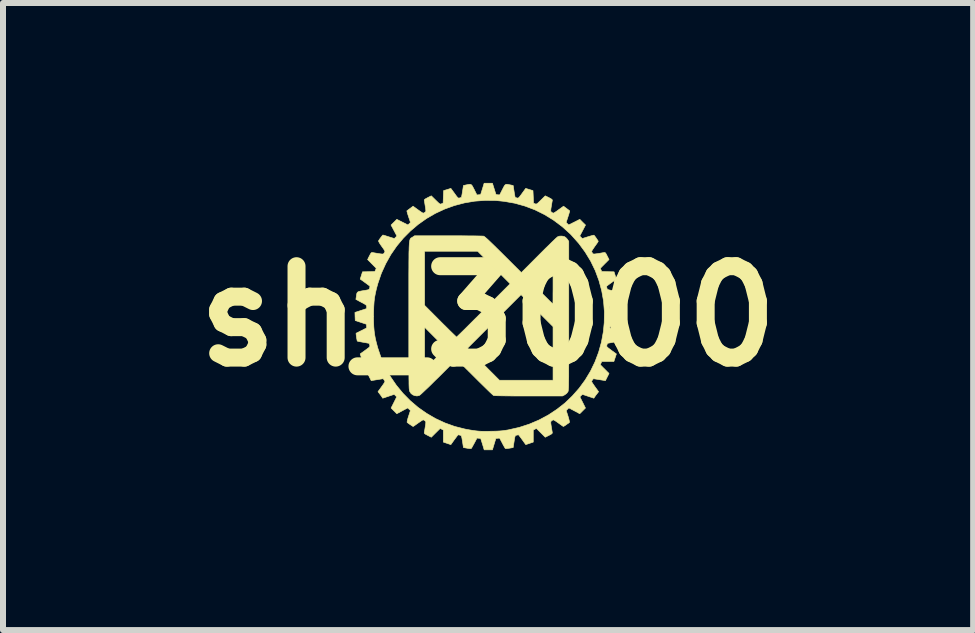
<source format=kicad_pcb>
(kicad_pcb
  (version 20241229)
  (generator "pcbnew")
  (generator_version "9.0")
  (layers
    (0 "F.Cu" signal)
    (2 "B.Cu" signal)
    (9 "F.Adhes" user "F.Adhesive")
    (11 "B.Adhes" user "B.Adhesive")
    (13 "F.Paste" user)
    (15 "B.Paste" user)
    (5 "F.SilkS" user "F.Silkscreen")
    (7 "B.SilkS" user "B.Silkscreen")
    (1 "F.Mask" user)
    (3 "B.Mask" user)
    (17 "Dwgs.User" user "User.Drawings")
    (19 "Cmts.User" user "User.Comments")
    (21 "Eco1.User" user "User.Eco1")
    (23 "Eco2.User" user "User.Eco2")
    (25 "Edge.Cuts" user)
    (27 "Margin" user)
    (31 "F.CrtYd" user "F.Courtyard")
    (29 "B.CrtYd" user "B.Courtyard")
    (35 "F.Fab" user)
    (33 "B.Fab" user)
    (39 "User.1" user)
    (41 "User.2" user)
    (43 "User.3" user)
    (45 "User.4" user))
  (footprint "sh_3000"
    (layer "F.Cu")
    (at 5.087 2.223)
    (property "Reference" "sh_3000" (at 0 0 0) (layer "F.SilkS") (effects (font (size 1.524 1.524) (thickness 0.3))))
    (attr through_hole)
    (fp_poly (pts (xy -0.564 -1.342) (xy -0.472 -1.342) (xy -0.385 -1.341) (xy -0.307 -1.34) (xy -0.237 -1.34) (xy -0.177 -1.339) (xy -0.129 -1.338) (xy -0.095 -1.337) (xy -0.075 -1.336) (xy -0.072 -1.335) (xy -0.06 -1.328) (xy -0.038 -1.31) (xy -0.006 -1.282) (xy 0.036 -1.242) (xy 0.089 -1.191) (xy 0.153 -1.128) (xy 0.228 -1.054) (xy 0.254 -1.028) (xy 0.555 -0.728) (xy 0.847 -1.021) (xy 0.905 -1.079) (xy 0.961 -1.135) (xy 1.013 -1.185) (xy 1.058 -1.23) (xy 1.097 -1.267) (xy 1.128 -1.297) (xy 1.15 -1.316) (xy 1.161 -1.325) (xy 1.162 -1.326) (xy 1.194 -1.336) (xy 1.233 -1.337) (xy 1.269 -1.329) (xy 1.279 -1.325) (xy 1.299 -1.31) (xy 1.32 -1.287) (xy 1.325 -1.281) (xy 1.346 -1.249) (xy 1.346 -0.008) (xy 1.346 0.161) (xy 1.346 0.314) (xy 1.346 0.452) (xy 1.346 0.576) (xy 1.346 0.686) (xy 1.346 0.783) (xy 1.345 0.868) (xy 1.345 0.942) (xy 1.345 1.006) (xy 1.344 1.06) (xy 1.343 1.106) (xy 1.343 1.143) (xy 1.342 1.174) (xy 1.341 1.198) (xy 1.339 1.217) (xy 1.338 1.232) (xy 1.337 1.243) (xy 1.335 1.251) (xy 1.333 1.256) (xy 1.331 1.261) (xy 1.33 1.261) (xy 1.31 1.287) (xy 1.281 1.308) (xy 1.278 1.31) (xy 1.242 1.329) (xy 0.675 1.329) (xy 0.549 1.329) (xy 0.44 1.329) (xy 0.346 1.328) (xy 0.268 1.327) (xy 0.205 1.326) (xy 0.156 1.325) (xy 0.121 1.324) (xy 0.099 1.322) (xy 0.09 1.32) (xy 0.081 1.312) (xy 0.061 1.294) (xy 0.031 1.266) (xy -0.007 1.229) (xy -0.052 1.185) (xy -0.103 1.135) (xy -0.158 1.081) (xy -0.217 1.022) (xy -0.226 1.013) (xy -0.525 0.716) (xy -0.823 1.014) (xy -0.883 1.072) (xy -0.939 1.128) (xy -0.991 1.179) (xy -1.038 1.223) (xy -1.078 1.261) (xy -1.11 1.291) (xy -1.133 1.311) (xy -1.145 1.32) (xy -1.146 1.32) (xy -1.184 1.329) (xy -1.223 1.323) (xy -1.251 1.312) (xy -1.283 1.289) (xy -1.303 1.258) (xy -1.306 1.253) (xy -1.308 1.248) (xy -1.31 1.241) (xy -1.312 1.232) (xy -1.313 1.22) (xy -1.315 1.204) (xy -1.316 1.184) (xy -1.317 1.158) (xy -1.318 1.126) (xy -1.318 1.087) (xy -1.319 1.04) (xy -1.319 0.984) (xy -1.32 0.919) (xy -1.32 0.885) (xy -1.058 0.885) (xy -0.707 0.533) (xy -0.707 0.533) (xy -0.343 0.533) (xy 0.19 1.067) (xy 1.084 1.067) (xy 1.084 0.173) (xy 0.55 -0.36) (xy -0.343 0.533) (xy -0.707 0.533) (xy -0.883 0.358) (xy -1.058 0.182) (xy -1.058 0.885) (xy -1.32 0.885) (xy -1.32 0.843) (xy -1.32 0.756) (xy -1.321 0.656) (xy -1.321 0.544) (xy -1.321 0.418) (xy -1.321 0.277) (xy -1.321 0.121) (xy -1.321 -0.008) (xy -1.321 -0.179) (xy -1.321 -0.335) (xy -1.321 -0.475) (xy -1.321 -0.601) (xy -1.321 -0.713) (xy -1.32 -0.812) (xy -1.32 -0.899) (xy -1.319 -0.975) (xy -1.319 -1.041) (xy -1.318 -1.084) (xy -1.058 -1.084) (xy -1.058 -0.182) (xy -0.794 0.083) (xy -0.739 0.138) (xy -0.687 0.189) (xy -0.641 0.235) (xy -0.6 0.275) (xy -0.567 0.307) (xy -0.543 0.33) (xy -0.529 0.344) (xy -0.525 0.347) (xy -0.518 0.341) (xy -0.501 0.324) (xy -0.473 0.297) (xy -0.436 0.261) (xy -0.391 0.217) (xy -0.339 0.165) (xy -0.281 0.107) (xy -0.217 0.043) (xy -0.148 -0.025) (xy -0.077 -0.097) (xy -0.076 -0.097) (xy 0.368 -0.542) (xy 0.364 -0.546) (xy 0.737 -0.546) (xy 0.908 -0.375) (xy 0.952 -0.331) (xy 0.992 -0.291) (xy 1.026 -0.257) (xy 1.054 -0.23) (xy 1.072 -0.212) (xy 1.081 -0.203) (xy 1.082 -0.203) (xy 1.082 -0.211) (xy 1.082 -0.235) (xy 1.083 -0.271) (xy 1.083 -0.32) (xy 1.083 -0.378) (xy 1.084 -0.444) (xy 1.084 -0.517) (xy 1.084 -0.548) (xy 1.084 -0.893) (xy 0.91 -0.72) (xy 0.737 -0.546) (xy 0.364 -0.546) (xy 0.097 -0.813) (xy -0.173 -1.084) (xy -1.058 -1.084) (xy -1.318 -1.084) (xy -1.317 -1.097) (xy -1.316 -1.144) (xy -1.314 -1.183) (xy -1.312 -1.215) (xy -1.309 -1.24) (xy -1.306 -1.261) (xy -1.302 -1.276) (xy -1.298 -1.287) (xy -1.293 -1.296) (xy -1.288 -1.302) (xy -1.281 -1.306) (xy -1.274 -1.31) (xy -1.267 -1.315) (xy -1.259 -1.319) (xy -1.225 -1.342) (xy -0.661 -1.342) (xy -0.564 -1.342)) (stroke (width 0.01) (type solid)) (fill yes) (layer "F.SilkS"))
    (fp_poly (pts (xy 0.133 -2.028) (xy 0.194 -2.023) (xy 0.239 -2.112) (xy 0.259 -2.151) (xy 0.274 -2.178) (xy 0.288 -2.193) (xy 0.304 -2.2) (xy 0.325 -2.199) (xy 0.356 -2.193) (xy 0.372 -2.19) (xy 0.419 -2.18) (xy 0.434 -2.083) (xy 0.44 -2.045) (xy 0.446 -2.013) (xy 0.45 -1.992) (xy 0.452 -1.984) (xy 0.461 -1.979) (xy 0.48 -1.973) (xy 0.481 -1.973) (xy 0.493 -1.97) (xy 0.502 -1.971) (xy 0.512 -1.978) (xy 0.525 -1.992) (xy 0.543 -2.015) (xy 0.568 -2.049) (xy 0.628 -2.132) (xy 0.689 -2.113) (xy 0.749 -2.095) (xy 0.754 -1.991) (xy 0.758 -1.886) (xy 0.783 -1.876) (xy 0.794 -1.871) (xy 0.804 -1.871) (xy 0.815 -1.876) (xy 0.83 -1.887) (xy 0.852 -1.908) (xy 0.881 -1.936) (xy 0.954 -2.008) (xy 1.015 -1.978) (xy 1.045 -1.962) (xy 1.063 -1.95) (xy 1.071 -1.94) (xy 1.072 -1.93) (xy 1.071 -1.928) (xy 1.068 -1.912) (xy 1.063 -1.883) (xy 1.057 -1.848) (xy 1.054 -1.829) (xy 1.048 -1.792) (xy 1.046 -1.767) (xy 1.046 -1.753) (xy 1.05 -1.744) (xy 1.057 -1.737) (xy 1.061 -1.734) (xy 1.078 -1.723) (xy 1.089 -1.719) (xy 1.099 -1.724) (xy 1.12 -1.736) (xy 1.148 -1.755) (xy 1.178 -1.777) (xy 1.259 -1.835) (xy 1.308 -1.798) (xy 1.332 -1.78) (xy 1.351 -1.765) (xy 1.361 -1.758) (xy 1.361 -1.758) (xy 1.36 -1.748) (xy 1.354 -1.727) (xy 1.345 -1.695) (xy 1.333 -1.659) (xy 1.302 -1.564) (xy 1.344 -1.523) (xy 1.437 -1.569) (xy 1.53 -1.616) (xy 1.577 -1.568) (xy 1.625 -1.521) (xy 1.577 -1.429) (xy 1.529 -1.338) (xy 1.55 -1.317) (xy 1.571 -1.296) (xy 1.667 -1.326) (xy 1.704 -1.337) (xy 1.736 -1.346) (xy 1.758 -1.351) (xy 1.766 -1.352) (xy 1.777 -1.339) (xy 1.793 -1.319) (xy 1.809 -1.295) (xy 1.824 -1.273) (xy 1.835 -1.256) (xy 1.837 -1.251) (xy 1.833 -1.241) (xy 1.82 -1.221) (xy 1.801 -1.194) (xy 1.782 -1.168) (xy 1.76 -1.136) (xy 1.742 -1.109) (xy 1.731 -1.09) (xy 1.727 -1.082) (xy 1.732 -1.068) (xy 1.742 -1.052) (xy 1.747 -1.045) (xy 1.753 -1.041) (xy 1.761 -1.038) (xy 1.773 -1.038) (xy 1.793 -1.04) (xy 1.823 -1.044) (xy 1.863 -1.05) (xy 1.918 -1.06) (xy 1.933 -1.062) (xy 1.945 -1.063) (xy 1.955 -1.059) (xy 1.965 -1.046) (xy 1.978 -1.023) (xy 1.986 -1.006) (xy 2.017 -0.946) (xy 1.944 -0.873) (xy 1.872 -0.8) (xy 1.884 -0.773) (xy 1.895 -0.746) (xy 1.998 -0.743) (xy 2.101 -0.741) (xy 2.12 -0.68) (xy 2.14 -0.62) (xy 2.061 -0.563) (xy 2.029 -0.54) (xy 2.003 -0.521) (xy 1.985 -0.507) (xy 1.978 -0.501) (xy 1.978 -0.49) (xy 1.982 -0.47) (xy 1.982 -0.469) (xy 1.986 -0.458) (xy 1.991 -0.45) (xy 2.002 -0.444) (xy 2.02 -0.439) (xy 2.049 -0.433) (xy 2.088 -0.427) (xy 2.132 -0.42) (xy 2.161 -0.413) (xy 2.18 -0.405) (xy 2.191 -0.393) (xy 2.198 -0.373) (xy 2.203 -0.343) (xy 2.205 -0.323) (xy 2.211 -0.281) (xy 2.122 -0.233) (xy 2.084 -0.213) (xy 2.058 -0.198) (xy 2.043 -0.187) (xy 2.035 -0.177) (xy 2.032 -0.167) (xy 2.032 -0.157) (xy 2.032 -0.128) (xy 2.227 -0.064) (xy 2.223 0.071) (xy 2.129 0.102) (xy 2.036 0.133) (xy 2.034 0.163) (xy 2.031 0.194) (xy 2.118 0.238) (xy 2.153 0.255) (xy 2.182 0.27) (xy 2.201 0.28) (xy 2.208 0.284) (xy 2.209 0.293) (xy 2.207 0.314) (xy 2.203 0.341) (xy 2.198 0.369) (xy 2.194 0.394) (xy 2.19 0.41) (xy 2.188 0.414) (xy 2.179 0.416) (xy 2.156 0.421) (xy 2.124 0.427) (xy 2.089 0.434) (xy 2.052 0.44) (xy 2.02 0.446) (xy 1.999 0.45) (xy 1.992 0.452) (xy 1.988 0.461) (xy 1.982 0.48) (xy 1.982 0.481) (xy 1.979 0.493) (xy 1.98 0.502) (xy 1.986 0.512) (xy 2 0.525) (xy 2.024 0.543) (xy 2.057 0.568) (xy 2.14 0.628) (xy 2.119 0.691) (xy 2.098 0.754) (xy 1.896 0.754) (xy 1.884 0.781) (xy 1.872 0.809) (xy 2.017 0.954) (xy 1.987 1.013) (xy 1.957 1.073) (xy 1.857 1.057) (xy 1.757 1.041) (xy 1.742 1.06) (xy 1.731 1.077) (xy 1.727 1.089) (xy 1.732 1.099) (xy 1.745 1.12) (xy 1.764 1.148) (xy 1.785 1.178) (xy 1.843 1.258) (xy 1.817 1.292) (xy 1.798 1.316) (xy 1.782 1.339) (xy 1.777 1.346) (xy 1.764 1.366) (xy 1.573 1.302) (xy 1.552 1.323) (xy 1.531 1.344) (xy 1.578 1.437) (xy 1.624 1.53) (xy 1.529 1.625) (xy 1.438 1.576) (xy 1.347 1.528) (xy 1.325 1.55) (xy 1.303 1.572) (xy 1.334 1.667) (xy 1.345 1.705) (xy 1.353 1.737) (xy 1.358 1.759) (xy 1.358 1.769) (xy 1.342 1.782) (xy 1.319 1.797) (xy 1.296 1.814) (xy 1.274 1.828) (xy 1.26 1.836) (xy 1.257 1.837) (xy 1.248 1.833) (xy 1.229 1.82) (xy 1.202 1.801) (xy 1.176 1.782) (xy 1.145 1.76) (xy 1.118 1.742) (xy 1.098 1.731) (xy 1.09 1.727) (xy 1.076 1.732) (xy 1.061 1.742) (xy 1.052 1.75) (xy 1.047 1.758) (xy 1.046 1.77) (xy 1.047 1.79) (xy 1.052 1.823) (xy 1.054 1.837) (xy 1.06 1.874) (xy 1.066 1.907) (xy 1.07 1.93) (xy 1.071 1.937) (xy 1.071 1.947) (xy 1.065 1.957) (xy 1.049 1.968) (xy 1.021 1.983) (xy 1.015 1.986) (xy 0.954 2.017) (xy 0.88 1.943) (xy 0.807 1.87) (xy 0.754 1.897) (xy 0.754 2.098) (xy 0.629 2.14) (xy 0.572 2.061) (xy 0.549 2.029) (xy 0.529 2.003) (xy 0.516 1.985) (xy 0.509 1.978) (xy 0.498 1.978) (xy 0.478 1.982) (xy 0.477 1.982) (xy 0.468 1.985) (xy 0.46 1.988) (xy 0.455 1.994) (xy 0.45 2.005) (xy 0.445 2.023) (xy 0.44 2.052) (xy 0.434 2.092) (xy 0.425 2.146) (xy 0.419 2.189) (xy 0.356 2.2) (xy 0.325 2.204) (xy 0.301 2.206) (xy 0.288 2.204) (xy 0.288 2.204) (xy 0.281 2.194) (xy 0.269 2.173) (xy 0.252 2.143) (xy 0.237 2.114) (xy 0.193 2.031) (xy 0.162 2.034) (xy 0.131 2.036) (xy 0.102 2.131) (xy 0.073 2.227) (xy -0.064 2.227) (xy -0.093 2.131) (xy -0.123 2.036) (xy -0.154 2.034) (xy -0.184 2.031) (xy -0.228 2.114) (xy -0.247 2.148) (xy -0.263 2.177) (xy -0.274 2.197) (xy -0.279 2.204) (xy -0.29 2.206) (xy -0.313 2.205) (xy -0.343 2.201) (xy -0.348 2.2) (xy -0.41 2.189) (xy -0.417 2.146) (xy -0.425 2.092) (xy -0.432 2.051) (xy -0.437 2.023) (xy -0.442 2.005) (xy -0.446 1.994) (xy -0.452 1.988) (xy -0.459 1.985) (xy -0.469 1.982) (xy -0.489 1.978) (xy -0.501 1.978) (xy -0.501 1.978) (xy -0.508 1.986) (xy -0.522 2.005) (xy -0.542 2.032) (xy -0.564 2.061) (xy -0.62 2.14) (xy -0.683 2.119) (xy -0.745 2.098) (xy -0.745 1.897) (xy -0.772 1.883) (xy -0.798 1.87) (xy -0.872 1.943) (xy -0.946 2.017) (xy -1.006 1.986) (xy -1.037 1.97) (xy -1.055 1.958) (xy -1.062 1.949) (xy -1.063 1.938) (xy -1.063 1.937) (xy -1.06 1.92) (xy -1.055 1.892) (xy -1.049 1.856) (xy -1.046 1.837) (xy -1.04 1.8) (xy -1.038 1.776) (xy -1.038 1.761) (xy -1.042 1.752) (xy -1.049 1.745) (xy -1.052 1.742) (xy -1.07 1.731) (xy -1.082 1.727) (xy -1.093 1.732) (xy -1.114 1.745) (xy -1.142 1.764) (xy -1.168 1.782) (xy -1.199 1.804) (xy -1.224 1.822) (xy -1.242 1.834) (xy -1.249 1.837) (xy -1.258 1.833) (xy -1.276 1.821) (xy -1.299 1.806) (xy -1.323 1.789) (xy -1.342 1.775) (xy -1.349 1.769) (xy -1.349 1.759) (xy -1.345 1.736) (xy -1.337 1.705) (xy -1.325 1.667) (xy -1.294 1.572) (xy -1.316 1.55) (xy -1.339 1.528) (xy -1.43 1.576) (xy -1.521 1.625) (xy -1.616 1.53) (xy -1.569 1.437) (xy -1.523 1.344) (xy -1.544 1.323) (xy -1.564 1.302) (xy -1.756 1.366) (xy -1.769 1.346) (xy -1.782 1.327) (xy -1.8 1.303) (xy -1.808 1.292) (xy -1.835 1.258) (xy -1.777 1.178) (xy -1.754 1.146) (xy -1.735 1.118) (xy -1.723 1.098) (xy -1.719 1.089) (xy -1.724 1.076) (xy -1.734 1.06) (xy -1.749 1.041) (xy -1.849 1.057) (xy -1.948 1.073) (xy -1.978 1.013) (xy -2.008 0.954) (xy -1.864 0.809) (xy -1.875 0.781) (xy -1.887 0.754) (xy -2.09 0.754) (xy -2.111 0.691) (xy -2.132 0.628) (xy -2.049 0.568) (xy -2.014 0.542) (xy -1.991 0.525) (xy -1.977 0.512) (xy -1.971 0.502) (xy -1.97 0.492) (xy -1.973 0.481) (xy -1.979 0.462) (xy -1.983 0.452) (xy -1.983 0.452) (xy -1.992 0.45) (xy -2.014 0.446) (xy -2.046 0.44) (xy -2.081 0.434) (xy -2.119 0.427) (xy -2.151 0.421) (xy -2.172 0.416) (xy -2.18 0.414) (xy -2.183 0.404) (xy -2.187 0.383) (xy -2.192 0.356) (xy -2.196 0.327) (xy -2.199 0.303) (xy -2.2 0.287) (xy -2.2 0.284) (xy -2.192 0.279) (xy -2.171 0.269) (xy -2.142 0.254) (xy -2.11 0.238) (xy -2.023 0.194) (xy -2.025 0.163) (xy -2.028 0.133) (xy -2.121 0.102) (xy -2.214 0.071) (xy -2.217 0) (xy -1.909 0) (xy -1.908 0.092) (xy -1.905 0.172) (xy -1.899 0.243) (xy -1.89 0.31) (xy -1.878 0.376) (xy -1.861 0.445) (xy -1.84 0.523) (xy -1.84 0.524) (xy -1.783 0.693) (xy -1.712 0.854) (xy -1.627 1.007) (xy -1.529 1.15) (xy -1.419 1.284) (xy -1.298 1.407) (xy -1.167 1.519) (xy -1.026 1.618) (xy -0.877 1.705) (xy -0.72 1.778) (xy -0.556 1.837) (xy -0.386 1.88) (xy -0.301 1.896) (xy -0.249 1.904) (xy -0.207 1.91) (xy -0.169 1.914) (xy -0.133 1.917) (xy -0.094 1.918) (xy -0.048 1.919) (xy 0.007 1.918) (xy 0.059 1.917) (xy 0.129 1.916) (xy 0.188 1.913) (xy 0.239 1.909) (xy 0.289 1.902) (xy 0.341 1.894) (xy 0.343 1.893) (xy 0.52 1.853) (xy 0.689 1.798) (xy 0.851 1.729) (xy 1.004 1.647) (xy 1.148 1.552) (xy 1.283 1.446) (xy 1.406 1.328) (xy 1.519 1.2) (xy 1.62 1.062) (xy 1.708 0.916) (xy 1.783 0.761) (xy 1.844 0.599) (xy 1.891 0.43) (xy 1.923 0.255) (xy 1.937 0.107) (xy 1.94 -0.074) (xy 1.926 -0.252) (xy 1.895 -0.426) (xy 1.849 -0.596) (xy 1.788 -0.761) (xy 1.711 -0.92) (xy 1.619 -1.071) (xy 1.513 -1.215) (xy 1.392 -1.351) (xy 1.372 -1.372) (xy 1.237 -1.494) (xy 1.093 -1.602) (xy 0.942 -1.695) (xy 0.783 -1.774) (xy 0.617 -1.837) (xy 0.445 -1.885) (xy 0.268 -1.916) (xy 0.13 -1.93) (xy -0.048 -1.932) (xy -0.223 -1.919) (xy -0.394 -1.89) (xy -0.561 -1.846) (xy -0.722 -1.788) (xy -0.877 -1.716) (xy -1.024 -1.631) (xy -1.163 -1.533) (xy -1.293 -1.423) (xy -1.413 -1.302) (xy -1.523 -1.17) (xy -1.621 -1.028) (xy -1.706 -0.876) (xy -1.779 -0.716) (xy -1.837 -0.547) (xy -1.837 -0.546) (xy -1.86 -0.463) (xy -1.877 -0.388) (xy -1.891 -0.316) (xy -1.9 -0.242) (xy -1.905 -0.163) (xy -1.908 -0.075) (xy -1.909 0) (xy -2.217 0) (xy -2.219 -0.064) (xy -2.024 -0.128) (xy -2.024 -0.157) (xy -2.024 -0.169) (xy -2.028 -0.179) (xy -2.037 -0.189) (xy -2.054 -0.201) (xy -2.082 -0.217) (xy -2.113 -0.233) (xy -2.203 -0.281) (xy -2.197 -0.323) (xy -2.192 -0.359) (xy -2.187 -0.383) (xy -2.178 -0.399) (xy -2.164 -0.409) (xy -2.14 -0.416) (xy -2.105 -0.423) (xy -2.08 -0.427) (xy -2.038 -0.434) (xy -2.01 -0.439) (xy -1.992 -0.444) (xy -1.982 -0.45) (xy -1.977 -0.458) (xy -1.974 -0.469) (xy -1.97 -0.489) (xy -1.97 -0.501) (xy -1.97 -0.501) (xy -1.978 -0.508) (xy -1.996 -0.522) (xy -2.023 -0.542) (xy -2.052 -0.563) (xy -2.131 -0.62) (xy -2.112 -0.68) (xy -2.093 -0.741) (xy -1.99 -0.743) (xy -1.887 -0.746) (xy -1.875 -0.773) (xy -1.864 -0.8) (xy -1.936 -0.873) (xy -2.008 -0.946) (xy -1.978 -1.006) (xy -1.962 -1.036) (xy -1.951 -1.054) (xy -1.941 -1.062) (xy -1.931 -1.063) (xy -1.924 -1.062) (xy -1.866 -1.052) (xy -1.822 -1.045) (xy -1.79 -1.04) (xy -1.769 -1.038) (xy -1.755 -1.038) (xy -1.746 -1.04) (xy -1.74 -1.044) (xy -1.735 -1.05) (xy -1.734 -1.052) (xy -1.723 -1.07) (xy -1.719 -1.082) (xy -1.724 -1.093) (xy -1.736 -1.114) (xy -1.755 -1.142) (xy -1.775 -1.169) (xy -1.798 -1.202) (xy -1.815 -1.23) (xy -1.825 -1.25) (xy -1.826 -1.257) (xy -1.818 -1.27) (xy -1.805 -1.29) (xy -1.788 -1.313) (xy -1.772 -1.334) (xy -1.759 -1.349) (xy -1.753 -1.355) (xy -1.743 -1.352) (xy -1.721 -1.346) (xy -1.69 -1.336) (xy -1.655 -1.325) (xy -1.562 -1.296) (xy -1.541 -1.317) (xy -1.52 -1.338) (xy -1.568 -1.429) (xy -1.617 -1.521) (xy -1.569 -1.568) (xy -1.521 -1.616) (xy -1.428 -1.569) (xy -1.335 -1.523) (xy -1.293 -1.564) (xy -1.325 -1.659) (xy -1.337 -1.696) (xy -1.346 -1.727) (xy -1.352 -1.749) (xy -1.353 -1.758) (xy -1.344 -1.764) (xy -1.326 -1.778) (xy -1.302 -1.796) (xy -1.299 -1.798) (xy -1.25 -1.835) (xy -1.17 -1.777) (xy -1.138 -1.754) (xy -1.11 -1.735) (xy -1.09 -1.723) (xy -1.081 -1.719) (xy -1.067 -1.724) (xy -1.052 -1.734) (xy -1.043 -1.741) (xy -1.038 -1.749) (xy -1.037 -1.761) (xy -1.039 -1.781) (xy -1.043 -1.813) (xy -1.046 -1.829) (xy -1.052 -1.866) (xy -1.057 -1.898) (xy -1.061 -1.922) (xy -1.063 -1.928) (xy -1.063 -1.939) (xy -1.057 -1.948) (xy -1.041 -1.959) (xy -1.013 -1.974) (xy -1.006 -1.978) (xy -0.946 -2.008) (xy -0.873 -1.936) (xy -0.842 -1.906) (xy -0.821 -1.886) (xy -0.806 -1.875) (xy -0.795 -1.871) (xy -0.785 -1.871) (xy -0.775 -1.876) (xy -0.749 -1.886) (xy -0.745 -1.991) (xy -0.741 -2.095) (xy -0.68 -2.113) (xy -0.62 -2.132) (xy -0.559 -2.049) (xy -0.534 -2.014) (xy -0.516 -1.991) (xy -0.503 -1.977) (xy -0.493 -1.971) (xy -0.484 -1.97) (xy -0.473 -1.973) (xy -0.454 -1.979) (xy -0.444 -1.983) (xy -0.443 -1.984) (xy -0.441 -1.993) (xy -0.437 -2.015) (xy -0.431 -2.047) (xy -0.425 -2.083) (xy -0.41 -2.18) (xy -0.364 -2.19) (xy -0.329 -2.197) (xy -0.304 -2.2) (xy -0.286 -2.197) (xy -0.271 -2.186) (xy -0.257 -2.164) (xy -0.24 -2.131) (xy -0.23 -2.112) (xy -0.186 -2.023) (xy -0.124 -2.028) (xy -0.094 -2.123) (xy -0.065 -2.218) (xy 0.073 -2.218) (xy 0.133 -2.028)) (stroke (width 0.01) (type solid)) (fill yes) (layer "F.SilkS")))
  (gr_rect
    (start -3 -3)
    (end 13.175 7.455)
    (stroke (width 0.1) (type default))
    (fill no)
    (layer "Edge.Cuts")))
</source>
